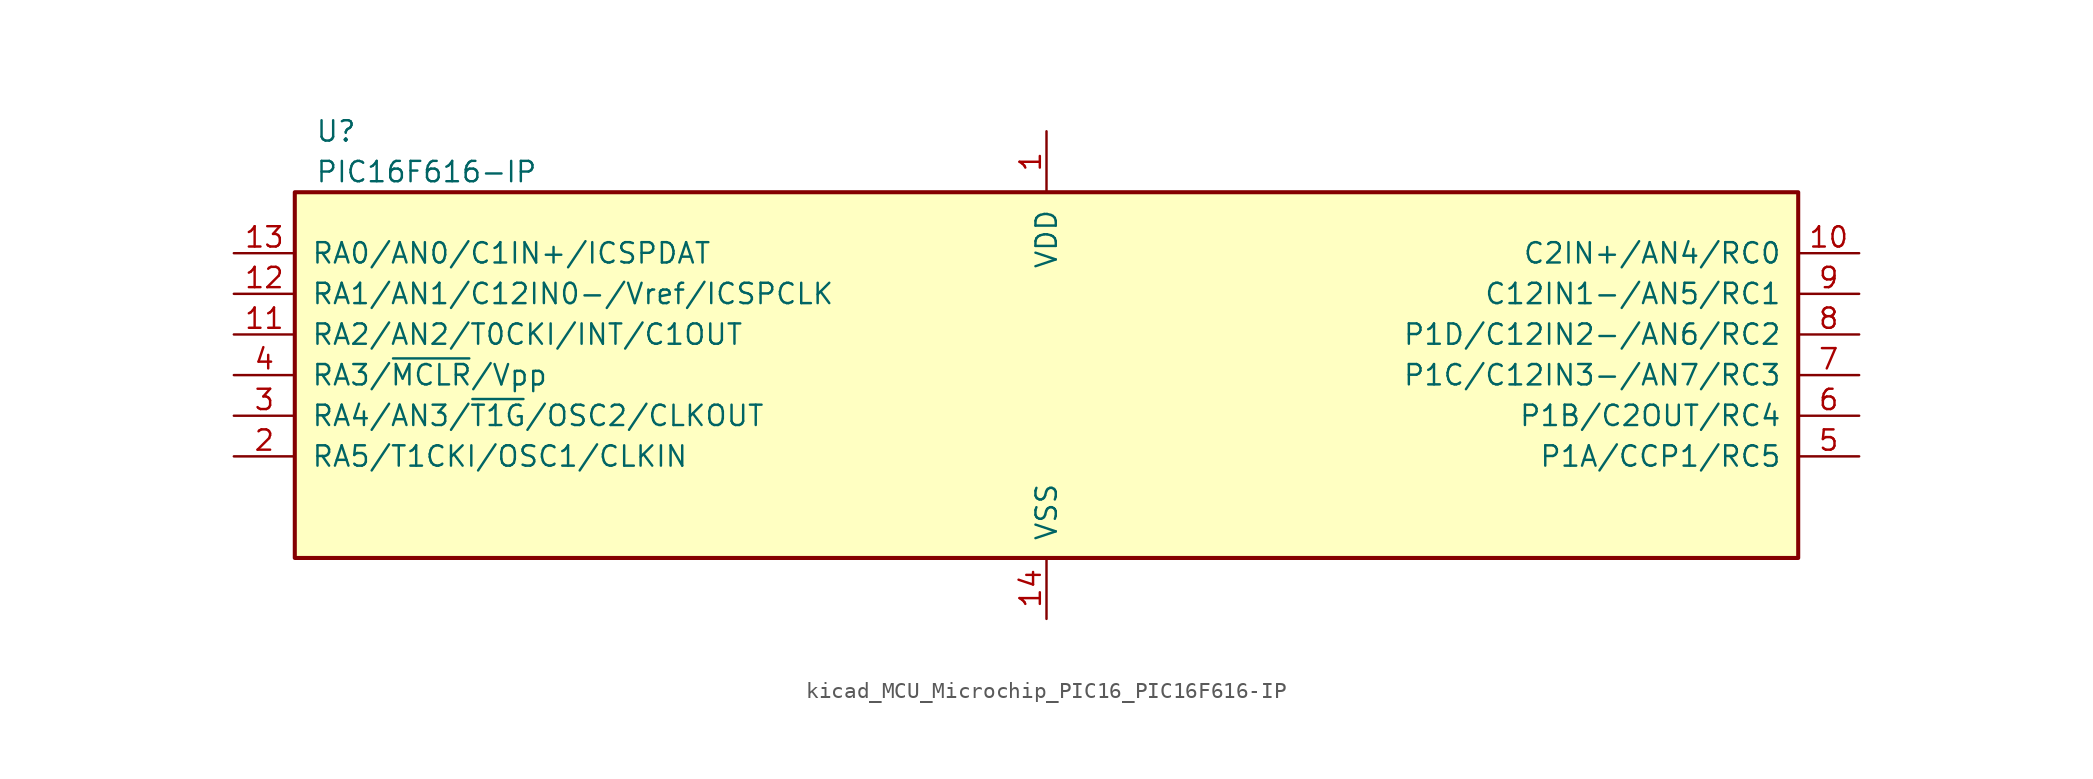
<source format=kicad_sym>
(kicad_symbol_lib
  (version 20220914)
  (generator kicad_symbol_editor)
  (symbol "kicad_MCU_Microchip_PIC16_PIC16F616-IP"
    (pin_names
      (offset 1.016))
    (property "Reference" "U"
      (at -45.72 15.24 0)
      (effects (font (size 1.27 1.27)) (justify left)))
    (property "Value" "PIC16F616-IP"
      (at -45.72 12.7 0)
      (effects (font (size 1.27 1.27)) (justify left)))
    (symbol "kicad_MCU_Microchip_PIC16_PIC16F616-IP_0_1"
      (rectangle (start -46.99 11.43) (end 46.99 -11.43) (stroke (width 0.254) (type default)) (fill (type background))))
    (symbol "kicad_MCU_Microchip_PIC16_PIC16F616-IP_1_1"
      (pin power_in line (at 0 15.24 270) (length 3.81) (name "VDD" (effects (font (size 1.27 1.27)))) (number "1" (effects (font (size 1.27 1.27)))))
      (pin bidirectional line (at 50.8 7.62 180) (length 3.81) (name "C2IN+/AN4/RC0" (effects (font (size 1.27 1.27)))) (number "10" (effects (font (size 1.27 1.27)))))
      (pin bidirectional line (at -50.8 2.54 0) (length 3.81) (name "RA2/AN2/T0CKI/INT/C1OUT" (effects (font (size 1.27 1.27)))) (number "11" (effects (font (size 1.27 1.27)))))
      (pin bidirectional line (at -50.8 5.08 0) (length 3.81) (name "RA1/AN1/C12IN0-/Vref/ICSPCLK" (effects (font (size 1.27 1.27)))) (number "12" (effects (font (size 1.27 1.27)))))
      (pin bidirectional line (at -50.8 7.62 0) (length 3.81) (name "RA0/AN0/C1IN+/ICSPDAT" (effects (font (size 1.27 1.27)))) (number "13" (effects (font (size 1.27 1.27)))))
      (pin power_in line (at 0 -15.24 90) (length 3.81) (name "VSS" (effects (font (size 1.27 1.27)))) (number "14" (effects (font (size 1.27 1.27)))))
      (pin bidirectional line (at -50.8 -5.08 0) (length 3.81) (name "RA5/T1CKI/OSC1/CLKIN" (effects (font (size 1.27 1.27)))) (number "2" (effects (font (size 1.27 1.27)))))
      (pin bidirectional line (at -50.8 -2.54 0) (length 3.81) (name "RA4/AN3/~{T1G}/OSC2/CLKOUT" (effects (font (size 1.27 1.27)))) (number "3" (effects (font (size 1.27 1.27)))))
      (pin input line (at -50.8 0 0) (length 3.81) (name "RA3/~{MCLR}/Vpp" (effects (font (size 1.27 1.27)))) (number "4" (effects (font (size 1.27 1.27)))))
      (pin bidirectional line (at 50.8 -5.08 180) (length 3.81) (name "P1A/CCP1/RC5" (effects (font (size 1.27 1.27)))) (number "5" (effects (font (size 1.27 1.27)))))
      (pin bidirectional line (at 50.8 -2.54 180) (length 3.81) (name "P1B/C2OUT/RC4" (effects (font (size 1.27 1.27)))) (number "6" (effects (font (size 1.27 1.27)))))
      (pin bidirectional line (at 50.8 0 180) (length 3.81) (name "P1C/C12IN3-/AN7/RC3" (effects (font (size 1.27 1.27)))) (number "7" (effects (font (size 1.27 1.27)))))
      (pin bidirectional line (at 50.8 2.54 180) (length 3.81) (name "P1D/C12IN2-/AN6/RC2" (effects (font (size 1.27 1.27)))) (number "8" (effects (font (size 1.27 1.27)))))
      (pin bidirectional line (at 50.8 5.08 180) (length 3.81) (name "C12IN1-/AN5/RC1" (effects (font (size 1.27 1.27)))) (number "9" (effects (font (size 1.27 1.27))))))))
</source>
